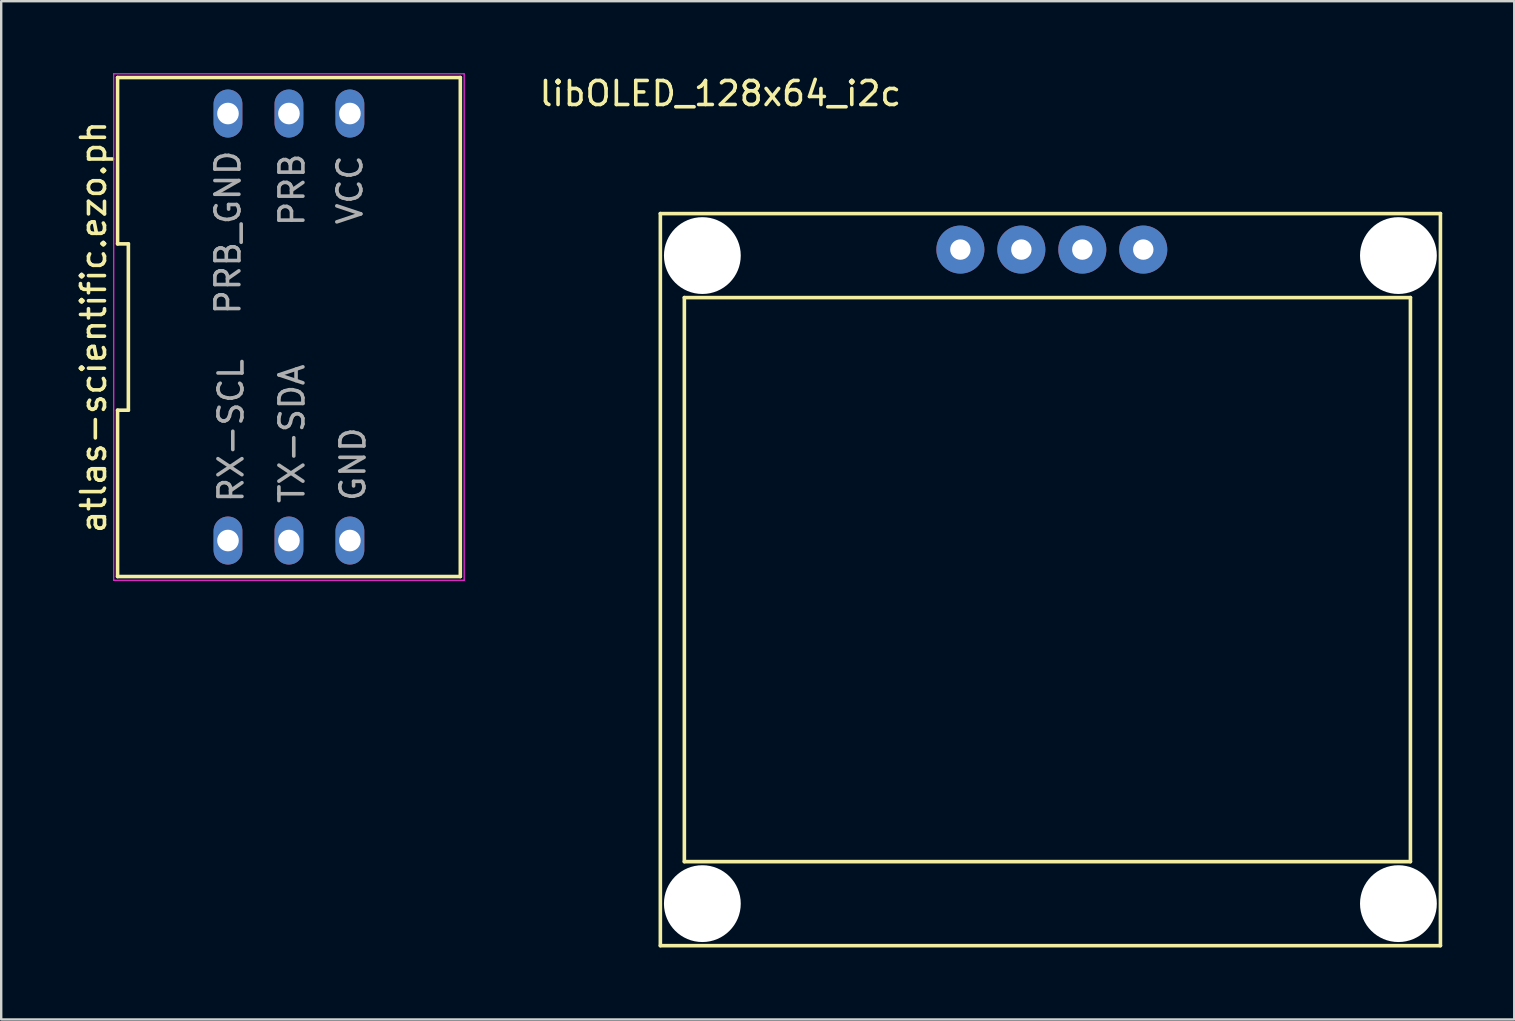
<source format=kicad_pcb>
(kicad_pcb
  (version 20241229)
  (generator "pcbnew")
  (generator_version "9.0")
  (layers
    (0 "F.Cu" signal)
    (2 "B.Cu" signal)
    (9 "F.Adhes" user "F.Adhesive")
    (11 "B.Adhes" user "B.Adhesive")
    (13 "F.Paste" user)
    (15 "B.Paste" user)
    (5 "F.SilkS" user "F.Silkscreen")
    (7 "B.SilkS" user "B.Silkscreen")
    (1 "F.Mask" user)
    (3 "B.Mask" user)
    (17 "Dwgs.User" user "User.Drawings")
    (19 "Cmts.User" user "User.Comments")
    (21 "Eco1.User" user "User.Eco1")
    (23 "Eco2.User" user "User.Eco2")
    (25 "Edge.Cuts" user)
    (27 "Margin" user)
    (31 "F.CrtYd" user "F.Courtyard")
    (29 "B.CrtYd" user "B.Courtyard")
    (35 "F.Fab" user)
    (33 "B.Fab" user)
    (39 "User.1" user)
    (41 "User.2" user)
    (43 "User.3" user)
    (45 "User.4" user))
  (footprint "libOLED_128x64_i2c"
    (layer "F.Cu")
    (at 26.212 3.848)
    (property "Reference" "libOLED_128x64_i2c" (at 0.75 -3 0) (layer "F.SilkS") (effects (font (size 1 1) (thickness 0.15))))
    (attr through_hole)
    (fp_line (start -1.75 2) (end 30.75 2) (stroke (width 0.15) (type solid)) (layer "F.SilkS"))
    (fp_line (start -1.75 32.5) (end -1.75 2) (stroke (width 0.15) (type solid)) (layer "F.SilkS"))
    (fp_line (start -0.75 5.5) (end -0.75 29) (stroke (width 0.15) (type solid)) (layer "F.SilkS"))
    (fp_line (start -0.75 29) (end 29.5 29) (stroke (width 0.15) (type solid)) (layer "F.SilkS"))
    (fp_line (start 29.5 5.5) (end -0.75 5.5) (stroke (width 0.15) (type solid)) (layer "F.SilkS"))
    (fp_line (start 29.5 29) (end 29.5 5.5) (stroke (width 0.15) (type solid)) (layer "F.SilkS"))
    (fp_line (start 30.75 2) (end 30.75 32.5) (stroke (width 0.15) (type solid)) (layer "F.SilkS"))
    (fp_line (start 30.75 32.5) (end -1.75 32.5) (stroke (width 0.15) (type solid)) (layer "F.SilkS"))
    (pad "" np_thru_hole circle (at 0 3.75) (size 3.2 3.2) (drill 3.2) (layers "*.Cu" "*.Mask"))
    (pad "" np_thru_hole circle (at 0 30.75) (size 3.2 3.2) (drill 3.2) (layers "*.Cu" "*.Mask"))
    (pad "" np_thru_hole circle (at 29 3.75) (size 3.2 3.2) (drill 3.2) (layers "*.Cu" "*.Mask"))
    (pad "" np_thru_hole circle (at 29 30.75) (size 3.2 3.2) (drill 3.2) (layers "*.Cu" "*.Mask"))
    (pad "1" thru_hole circle (at 10.75 3.5) (size 2 2) (drill 0.85) (layers "*.Cu" "*.Mask"))
    (pad "2" thru_hole circle (at 13.29 3.5) (size 2 2) (drill 0.85) (layers "*.Cu" "*.Mask"))
    (pad "3" thru_hole circle (at 15.83 3.5) (size 2 2) (drill 0.85) (layers "*.Cu" "*.Mask"))
    (pad "4" thru_hole circle (at 18.37 3.5) (size 2 2) (drill 0.85) (layers "*.Cu" "*.Mask")))
  (footprint "atlas-scientific.ezo.ph"
    (layer "F.Cu")
    (at 8.988 10.575)
    (property "Reference" "atlas-scientific.ezo.ph" (at -8.14 0 90) (layer "F.SilkS") (effects (font (size 1 1) (thickness 0.15))))
    (attr through_hole)
    (fp_line (start -7.14 -3.465) (end -6.69 -3.465) (stroke (width 0.15) (type solid)) (layer "F.SilkS"))
    (fp_line (start -7.14 3.465) (end -7.14 10.395) (stroke (width 0.15) (type solid)) (layer "F.SilkS"))
    (fp_line (start -7.14 10.395) (end 7.14 10.395) (stroke (width 0.15) (type solid)) (layer "F.SilkS"))
    (fp_line (start -7.14 -10.395) (end -7.14 -3.465) (stroke (width 0.15) (type solid)) (layer "F.SilkS"))
    (fp_line (start -6.69 -3.465) (end -6.69 3.465) (stroke (width 0.15) (type solid)) (layer "F.SilkS"))
    (fp_line (start -6.69 3.465) (end -7.14 3.465) (stroke (width 0.15) (type solid)) (layer "F.SilkS"))
    (fp_line (start 7.14 10.395) (end 7.14 -10.395) (stroke (width 0.15) (type solid)) (layer "F.SilkS"))
    (fp_line (start 7.14 -10.395) (end -7.14 -10.395) (stroke (width 0.15) (type solid)) (layer "F.SilkS"))
    (fp_line (start -7.3 -10.55) (end 7.3 -10.55) (stroke (width 0.05) (type solid)) (layer "F.CrtYd"))
    (fp_line (start -7.3 10.55) (end -7.3 -10.55) (stroke (width 0.05) (type solid)) (layer "F.CrtYd"))
    (fp_line (start 7.3 -10.55) (end 7.3 10.55) (stroke (width 0.05) (type solid)) (layer "F.CrtYd"))
    (fp_line (start 7.3 10.55) (end -7.3 10.55) (stroke (width 0.05) (type solid)) (layer "F.CrtYd"))
    (fp_text user "GND" (at 2.667 5.715 90) (layer "F.Fab") (effects (font (size 1 1) (thickness 0.15))))
    (fp_text user "VCC" (at 2.54 -5.715 90) (layer "F.Fab") (effects (font (size 1 1) (thickness 0.15))))
    (fp_text user "PRB_GND" (at -2.54 -3.937 90) (layer "F.Fab") (effects (font (size 1 1) (thickness 0.15))))
    (fp_text user "TX-SDA" (at 0.127 4.445 90) (layer "F.Fab") (effects (font (size 1 1) (thickness 0.15))))
    (fp_text user "RX-SCL" (at -2.413 4.318 90) (layer "F.Fab") (effects (font (size 1 1) (thickness 0.15))))
    (fp_text user "PRB" (at 0.127 -5.715 90) (layer "F.Fab") (effects (font (size 1 1) (thickness 0.15))))
    (pad "1" thru_hole oval (at -2.54 8.895) (size 1.2 2) (drill 0.9) (layers "*.Cu" "*.Mask"))
    (pad "2" thru_hole oval (at 0 8.895) (size 1.2 2) (drill 0.9) (layers "*.Cu" "*.Mask"))
    (pad "3" thru_hole oval (at 2.54 8.895) (size 1.2 2) (drill 0.9) (layers "*.Cu" "*.Mask"))
    (pad "4" thru_hole oval (at 2.54 -8.895) (size 1.2 2) (drill 0.9) (layers "*.Cu" "*.Mask"))
    (pad "5" thru_hole oval (at 0 -8.895) (size 1.2 2) (drill 0.9) (layers "*.Cu" "*.Mask"))
    (pad "6" thru_hole oval (at -2.54 -8.895) (size 1.2 2) (drill 0.9) (layers "*.Cu" "*.Mask")))
  (gr_rect
    (start -3 -3)
    (end 60.037 39.423)
    (stroke (width 0.1) (type default))
    (fill no)
    (layer "Edge.Cuts")))
</source>
